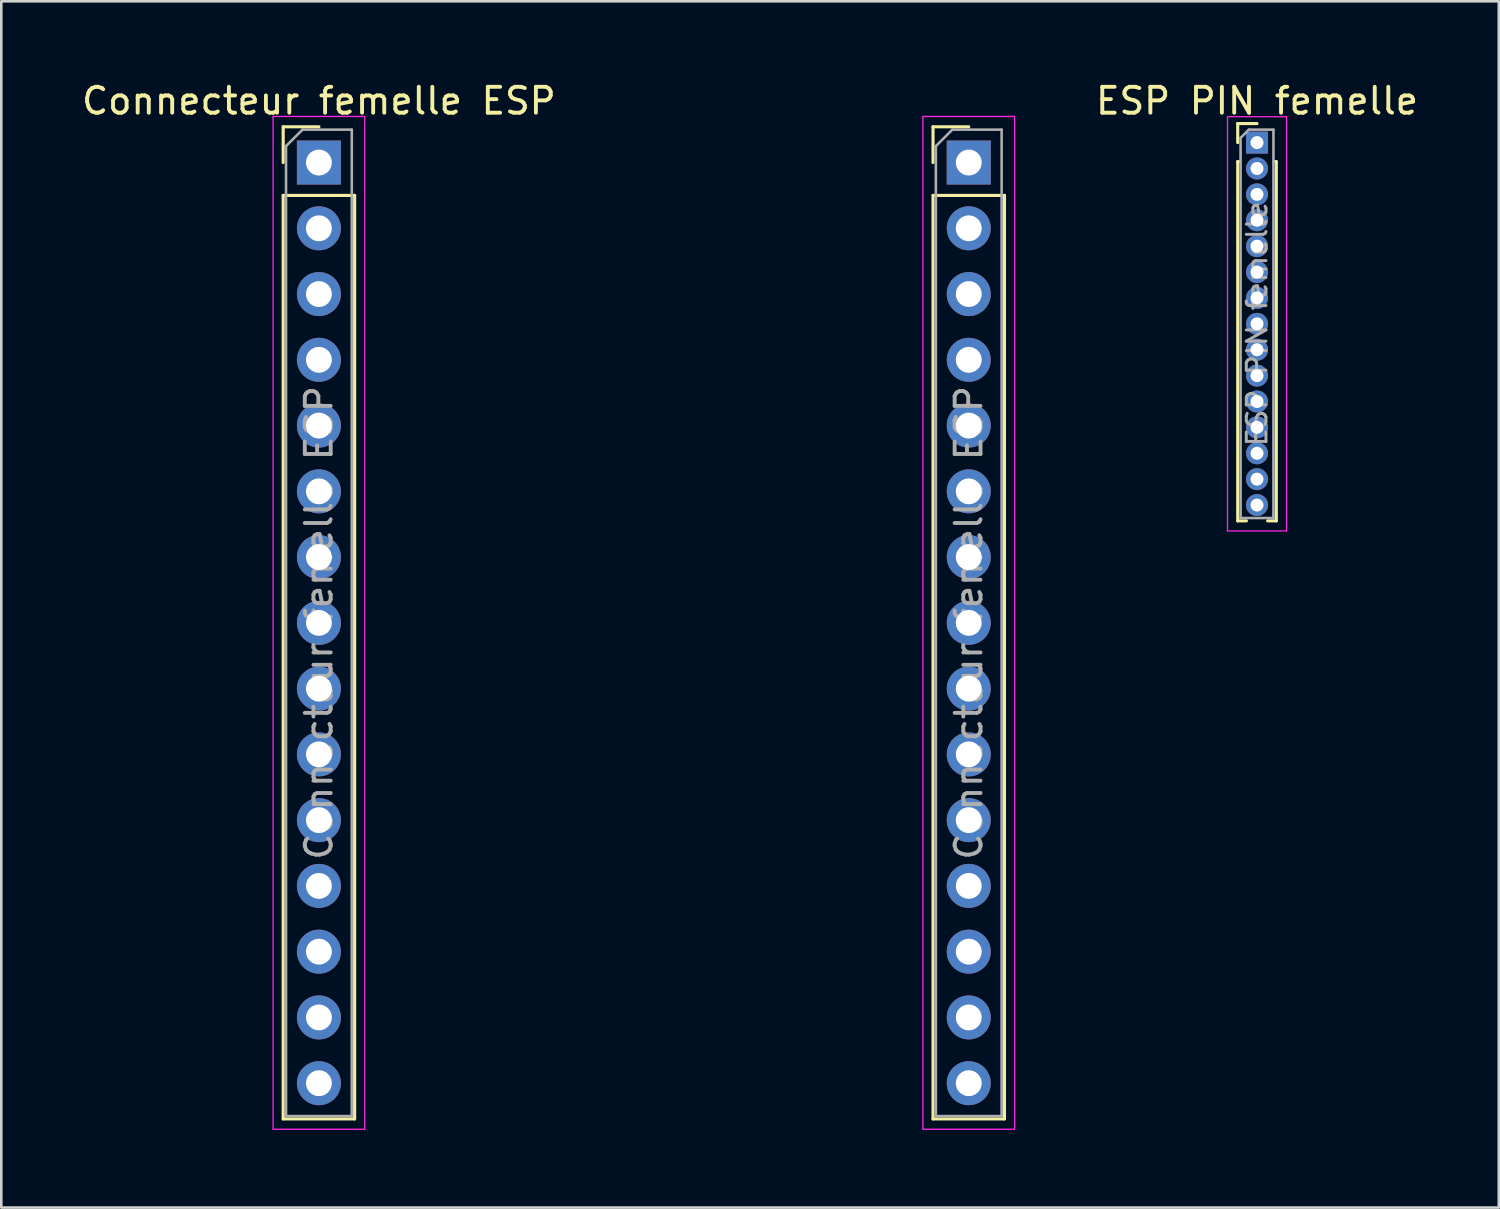
<source format=kicad_pcb>
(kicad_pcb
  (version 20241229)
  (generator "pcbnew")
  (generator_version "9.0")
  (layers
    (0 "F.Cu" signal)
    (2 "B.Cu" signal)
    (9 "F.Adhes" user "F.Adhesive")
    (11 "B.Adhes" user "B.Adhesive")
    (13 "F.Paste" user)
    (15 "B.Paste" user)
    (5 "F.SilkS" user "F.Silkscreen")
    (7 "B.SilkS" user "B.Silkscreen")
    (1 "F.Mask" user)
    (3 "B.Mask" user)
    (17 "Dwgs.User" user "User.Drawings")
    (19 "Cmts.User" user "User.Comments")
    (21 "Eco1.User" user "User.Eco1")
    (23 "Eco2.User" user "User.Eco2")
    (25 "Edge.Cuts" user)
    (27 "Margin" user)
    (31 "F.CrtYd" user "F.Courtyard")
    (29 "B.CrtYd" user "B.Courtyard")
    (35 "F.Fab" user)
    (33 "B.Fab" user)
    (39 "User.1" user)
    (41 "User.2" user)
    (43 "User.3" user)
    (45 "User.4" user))
  (footprint "Connecteur femelle ESP"
    (layer "F.Cu")
    (at 9.268 3.228)
    (property "Reference" "Connecteur femelle ESP" (at 0 -2.38 0) (layer "F.SilkS") (effects (font (size 1 1) (thickness 0.15))))
    (attr through_hole)
    (fp_line (start -1.38 -1.38) (end 0 -1.38) (stroke (width 0.12) (type solid)) (layer "F.SilkS"))
    (fp_line (start -1.38 0) (end -1.38 -1.38) (stroke (width 0.12) (type solid)) (layer "F.SilkS"))
    (fp_line (start -1.38 1.27) (end -1.38 36.94) (stroke (width 0.12) (type solid)) (layer "F.SilkS"))
    (fp_line (start -1.38 1.27) (end 1.38 1.27) (stroke (width 0.12) (type solid)) (layer "F.SilkS"))
    (fp_line (start -1.38 36.94) (end 1.38 36.94) (stroke (width 0.12) (type solid)) (layer "F.SilkS"))
    (fp_line (start 1.38 1.27) (end 1.38 36.94) (stroke (width 0.12) (type solid)) (layer "F.SilkS"))
    (fp_line (start 23.72 -1.38) (end 25.1 -1.38) (stroke (width 0.12) (type solid)) (layer "F.SilkS"))
    (fp_line (start 23.72 0) (end 23.72 -1.38) (stroke (width 0.12) (type solid)) (layer "F.SilkS"))
    (fp_line (start 23.72 1.27) (end 23.72 36.94) (stroke (width 0.12) (type solid)) (layer "F.SilkS"))
    (fp_line (start 23.72 1.27) (end 26.48 1.27) (stroke (width 0.12) (type solid)) (layer "F.SilkS"))
    (fp_line (start 23.72 36.94) (end 26.48 36.94) (stroke (width 0.12) (type solid)) (layer "F.SilkS"))
    (fp_line (start 26.48 1.27) (end 26.48 36.94) (stroke (width 0.12) (type solid)) (layer "F.SilkS"))
    (fp_line (start -1.77 -1.78) (end -1.77 37.34) (stroke (width 0.05) (type solid)) (layer "F.CrtYd"))
    (fp_line (start -1.77 37.34) (end 1.77 37.34) (stroke (width 0.05) (type solid)) (layer "F.CrtYd"))
    (fp_line (start 1.77 -1.78) (end -1.77 -1.78) (stroke (width 0.05) (type solid)) (layer "F.CrtYd"))
    (fp_line (start 1.77 37.34) (end 1.77 -1.78) (stroke (width 0.05) (type solid)) (layer "F.CrtYd"))
    (fp_line (start 23.33 -1.78) (end 23.33 37.34) (stroke (width 0.05) (type solid)) (layer "F.CrtYd"))
    (fp_line (start 23.33 37.34) (end 26.87 37.34) (stroke (width 0.05) (type solid)) (layer "F.CrtYd"))
    (fp_line (start 26.87 -1.78) (end 23.33 -1.78) (stroke (width 0.05) (type solid)) (layer "F.CrtYd"))
    (fp_line (start 26.87 37.34) (end 26.87 -1.78) (stroke (width 0.05) (type solid)) (layer "F.CrtYd"))
    (fp_line (start -1.27 -0.635) (end -0.635 -1.27) (stroke (width 0.1) (type solid)) (layer "F.Fab"))
    (fp_line (start -1.27 36.83) (end -1.27 -0.635) (stroke (width 0.1) (type solid)) (layer "F.Fab"))
    (fp_line (start -0.635 -1.27) (end 1.27 -1.27) (stroke (width 0.1) (type solid)) (layer "F.Fab"))
    (fp_line (start 1.27 -1.27) (end 1.27 36.83) (stroke (width 0.1) (type solid)) (layer "F.Fab"))
    (fp_line (start 1.27 36.83) (end -1.27 36.83) (stroke (width 0.1) (type solid)) (layer "F.Fab"))
    (fp_line (start 23.83 -0.635) (end 24.465 -1.27) (stroke (width 0.1) (type solid)) (layer "F.Fab"))
    (fp_line (start 23.83 36.83) (end 23.83 -0.635) (stroke (width 0.1) (type solid)) (layer "F.Fab"))
    (fp_line (start 24.465 -1.27) (end 26.37 -1.27) (stroke (width 0.1) (type solid)) (layer "F.Fab"))
    (fp_line (start 26.37 -1.27) (end 26.37 36.83) (stroke (width 0.1) (type solid)) (layer "F.Fab"))
    (fp_line (start 26.37 36.83) (end 23.83 36.83) (stroke (width 0.1) (type solid)) (layer "F.Fab"))
    (fp_text user "${REFERENCE}" (at 25.1 17.78 90) (layer "F.Fab") (effects (font (size 1 1) (thickness 0.15))))
    (fp_text user "${REFERENCE}" (at 0 17.78 90) (layer "F.Fab") (effects (font (size 1 1) (thickness 0.15))))
    (pad "1" thru_hole rect (at 0 0) (size 1.7 1.7) (drill 1) (layers "*.Cu" "*.Mask"))
    (pad "2" thru_hole circle (at 0 2.54) (size 1.7 1.7) (drill 1) (layers "*.Cu" "*.Mask"))
    (pad "3" thru_hole circle (at 0 5.08) (size 1.7 1.7) (drill 1) (layers "*.Cu" "*.Mask"))
    (pad "4" thru_hole circle (at 0 7.62) (size 1.7 1.7) (drill 1) (layers "*.Cu" "*.Mask"))
    (pad "5" thru_hole circle (at 0 10.16) (size 1.7 1.7) (drill 1) (layers "*.Cu" "*.Mask"))
    (pad "6" thru_hole circle (at 0 12.7) (size 1.7 1.7) (drill 1) (layers "*.Cu" "*.Mask"))
    (pad "7" thru_hole circle (at 0 15.24) (size 1.7 1.7) (drill 1) (layers "*.Cu" "*.Mask"))
    (pad "8" thru_hole circle (at 0 17.78) (size 1.7 1.7) (drill 1) (layers "*.Cu" "*.Mask"))
    (pad "9" thru_hole circle (at 0 20.32) (size 1.7 1.7) (drill 1) (layers "*.Cu" "*.Mask"))
    (pad "10" thru_hole circle (at 0 22.86) (size 1.7 1.7) (drill 1) (layers "*.Cu" "*.Mask"))
    (pad "11" thru_hole circle (at 0 25.4) (size 1.7 1.7) (drill 1) (layers "*.Cu" "*.Mask"))
    (pad "12" thru_hole circle (at 0 27.94) (size 1.7 1.7) (drill 1) (layers "*.Cu" "*.Mask"))
    (pad "13" thru_hole circle (at 0 30.48) (size 1.7 1.7) (drill 1) (layers "*.Cu" "*.Mask"))
    (pad "14" thru_hole circle (at 0 33.02) (size 1.7 1.7) (drill 1) (layers "*.Cu" "*.Mask"))
    (pad "15" thru_hole circle (at 0 35.56) (size 1.7 1.7) (drill 1) (layers "*.Cu" "*.Mask"))
    (pad "16" thru_hole rect (at 25.1 0) (size 1.7 1.7) (drill 1) (layers "*.Cu" "*.Mask"))
    (pad "17" thru_hole circle (at 25.1 2.54) (size 1.7 1.7) (drill 1) (layers "*.Cu" "*.Mask"))
    (pad "18" thru_hole circle (at 25.1 5.08) (size 1.7 1.7) (drill 1) (layers "*.Cu" "*.Mask"))
    (pad "19" thru_hole circle (at 25.1 7.62) (size 1.7 1.7) (drill 1) (layers "*.Cu" "*.Mask"))
    (pad "20" thru_hole circle (at 25.1 10.16) (size 1.7 1.7) (drill 1) (layers "*.Cu" "*.Mask"))
    (pad "21" thru_hole circle (at 25.1 12.7) (size 1.7 1.7) (drill 1) (layers "*.Cu" "*.Mask"))
    (pad "22" thru_hole circle (at 25.1 15.24) (size 1.7 1.7) (drill 1) (layers "*.Cu" "*.Mask"))
    (pad "23" thru_hole circle (at 25.1 17.78) (size 1.7 1.7) (drill 1) (layers "*.Cu" "*.Mask"))
    (pad "24" thru_hole circle (at 25.1 20.32) (size 1.7 1.7) (drill 1) (layers "*.Cu" "*.Mask"))
    (pad "25" thru_hole circle (at 25.1 22.86) (size 1.7 1.7) (drill 1) (layers "*.Cu" "*.Mask"))
    (pad "26" thru_hole circle (at 25.1 25.4) (size 1.7 1.7) (drill 1) (layers "*.Cu" "*.Mask"))
    (pad "27" thru_hole circle (at 25.1 27.94) (size 1.7 1.7) (drill 1) (layers "*.Cu" "*.Mask"))
    (pad "28" thru_hole circle (at 25.1 30.48) (size 1.7 1.7) (drill 1) (layers "*.Cu" "*.Mask"))
    (pad "29" thru_hole circle (at 25.1 33.02) (size 1.7 1.7) (drill 1) (layers "*.Cu" "*.Mask"))
    (pad "30" thru_hole circle (at 25.1 35.56) (size 1.7 1.7) (drill 1) (layers "*.Cu" "*.Mask")))
  (footprint "ESP PIN femelle"
    (layer "F.Cu")
    (at 50.502 2.458)
    (property "Reference" "ESP PIN femelle" (at -5 -1.61 0) (layer "F.SilkS") (effects (font (size 1 1) (thickness 0.15))))
    (attr through_hole)
    (fp_line (start -5.745 -0.735) (end -5 -0.735) (stroke (width 0.12) (type solid)) (layer "F.SilkS"))
    (fp_line (start -5.745 0) (end -5.745 -0.735) (stroke (width 0.12) (type solid)) (layer "F.SilkS"))
    (fp_line (start -5.745 0.735) (end -5.745 14.61) (stroke (width 0.12) (type solid)) (layer "F.SilkS"))
    (fp_line (start -5.745 0.735) (end -5.686 0.735) (stroke (width 0.12) (type solid)) (layer "F.SilkS"))
    (fp_line (start -5.745 14.61) (end -5.41 14.61) (stroke (width 0.12) (type solid)) (layer "F.SilkS"))
    (fp_line (start -4.59 14.61) (end -4.255 14.61) (stroke (width 0.12) (type solid)) (layer "F.SilkS"))
    (fp_line (start -4.314 0.735) (end -4.255 0.735) (stroke (width 0.12) (type solid)) (layer "F.SilkS"))
    (fp_line (start -4.255 0.735) (end -4.255 14.61) (stroke (width 0.12) (type solid)) (layer "F.SilkS"))
    (fp_line (start -6.14 -1) (end -6.14 15) (stroke (width 0.05) (type solid)) (layer "F.CrtYd"))
    (fp_line (start -6.14 15) (end -3.86 15) (stroke (width 0.05) (type solid)) (layer "F.CrtYd"))
    (fp_line (start -3.86 -1) (end -6.14 -1) (stroke (width 0.05) (type solid)) (layer "F.CrtYd"))
    (fp_line (start -3.86 15) (end -3.86 -1) (stroke (width 0.05) (type solid)) (layer "F.CrtYd"))
    (fp_line (start -5.635 -0.182) (end -5.317 -0.5) (stroke (width 0.1) (type solid)) (layer "F.Fab"))
    (fp_line (start -5.635 14.5) (end -5.635 -0.182) (stroke (width 0.1) (type solid)) (layer "F.Fab"))
    (fp_line (start -5.317 -0.5) (end -4.365 -0.5) (stroke (width 0.1) (type solid)) (layer "F.Fab"))
    (fp_line (start -4.365 -0.5) (end -4.365 14.5) (stroke (width 0.1) (type solid)) (layer "F.Fab"))
    (fp_line (start -4.365 14.5) (end -5.635 14.5) (stroke (width 0.1) (type solid)) (layer "F.Fab"))
    (fp_text user "${REFERENCE}" (at -5 7 90) (layer "F.Fab") (effects (font (size 0.76 0.76) (thickness 0.114))))
    (pad "1" thru_hole rect (at -5 0) (size 0.85 0.85) (drill 0.5) (layers "*.Cu" "*.Mask"))
    (pad "2" thru_hole circle (at -5 1) (size 0.85 0.85) (drill 0.5) (layers "*.Cu" "*.Mask"))
    (pad "3" thru_hole circle (at -5 2) (size 0.85 0.85) (drill 0.5) (layers "*.Cu" "*.Mask"))
    (pad "4" thru_hole circle (at -5 3) (size 0.85 0.85) (drill 0.5) (layers "*.Cu" "*.Mask"))
    (pad "5" thru_hole circle (at -5 4) (size 0.85 0.85) (drill 0.5) (layers "*.Cu" "*.Mask"))
    (pad "6" thru_hole circle (at -5 5) (size 0.85 0.85) (drill 0.5) (layers "*.Cu" "*.Mask"))
    (pad "7" thru_hole circle (at -5 6) (size 0.85 0.85) (drill 0.5) (layers "*.Cu" "*.Mask"))
    (pad "8" thru_hole circle (at -5 7) (size 0.85 0.85) (drill 0.5) (layers "*.Cu" "*.Mask"))
    (pad "9" thru_hole circle (at -5 8) (size 0.85 0.85) (drill 0.5) (layers "*.Cu" "*.Mask"))
    (pad "10" thru_hole circle (at -5 9) (size 0.85 0.85) (drill 0.5) (layers "*.Cu" "*.Mask"))
    (pad "11" thru_hole circle (at -5 10) (size 0.85 0.85) (drill 0.5) (layers "*.Cu" "*.Mask"))
    (pad "12" thru_hole circle (at -5 11) (size 0.85 0.85) (drill 0.5) (layers "*.Cu" "*.Mask"))
    (pad "13" thru_hole circle (at -5 12) (size 0.85 0.85) (drill 0.5) (layers "*.Cu" "*.Mask"))
    (pad "14" thru_hole circle (at -5 13) (size 0.85 0.85) (drill 0.5) (layers "*.Cu" "*.Mask"))
    (pad "15" thru_hole circle (at -5 14) (size 0.85 0.85) (drill 0.5) (layers "*.Cu" "*.Mask")))
  (gr_rect
    (start -3 -3)
    (end 54.841 43.593)
    (stroke (width 0.1) (type default))
    (fill no)
    (layer "Edge.Cuts")))
</source>
